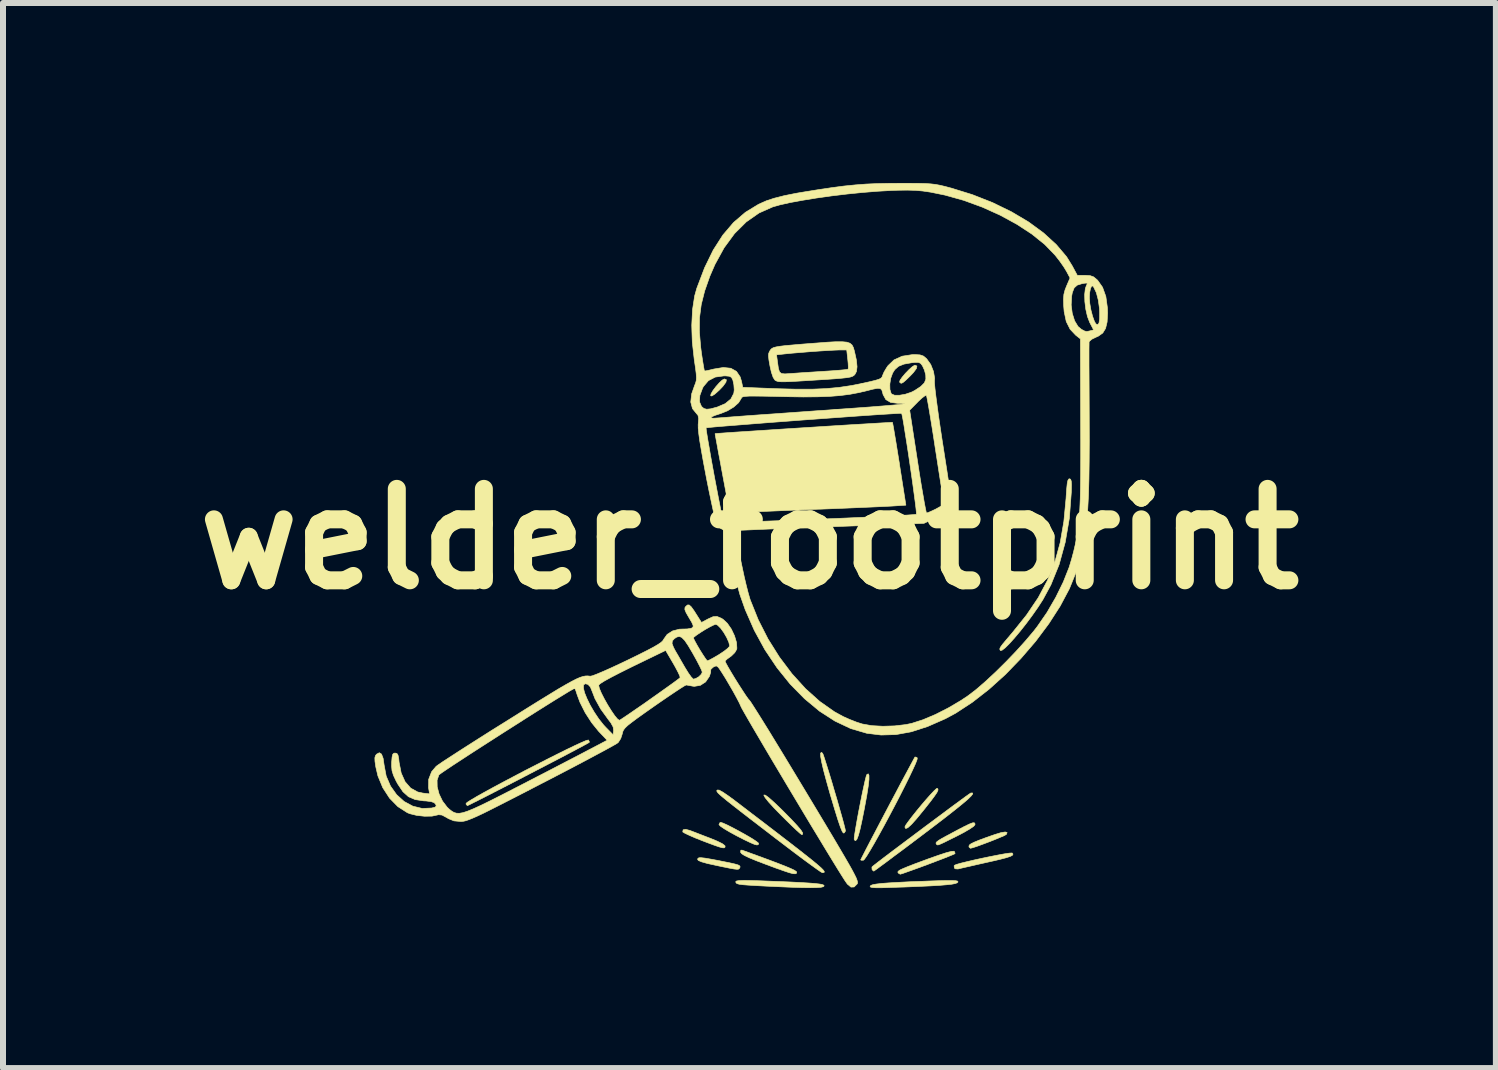
<source format=kicad_pcb>
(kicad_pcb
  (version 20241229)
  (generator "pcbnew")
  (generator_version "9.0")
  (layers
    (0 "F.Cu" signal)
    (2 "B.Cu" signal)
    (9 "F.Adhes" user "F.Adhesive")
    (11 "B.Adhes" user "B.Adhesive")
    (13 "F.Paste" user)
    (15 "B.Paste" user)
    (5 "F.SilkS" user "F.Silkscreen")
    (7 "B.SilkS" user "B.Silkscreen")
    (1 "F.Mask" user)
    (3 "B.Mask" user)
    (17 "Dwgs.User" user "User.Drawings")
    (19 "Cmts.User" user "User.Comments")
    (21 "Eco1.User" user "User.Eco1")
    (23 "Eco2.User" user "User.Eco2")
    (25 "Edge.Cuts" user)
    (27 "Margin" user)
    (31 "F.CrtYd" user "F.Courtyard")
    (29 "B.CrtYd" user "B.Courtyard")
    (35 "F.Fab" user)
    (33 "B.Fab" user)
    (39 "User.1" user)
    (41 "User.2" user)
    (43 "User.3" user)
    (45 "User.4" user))
  (footprint "welder_footprint"
    (layer "F.Cu")
    (at 9.442 5.933)
    (property "Reference" "welder_footprint" (at 0 0 0) (layer "F.SilkS") (effects (font (size 1.524 1.524) (thickness 0.3))))
    (attr through_hole)
    (fp_poly (pts (xy -0.384 -2.653) (xy -0.393 -2.612) (xy -0.443 -2.544) (xy -0.505 -2.479) (xy -0.578 -2.414) (xy -0.627 -2.383) (xy -0.647 -2.386) (xy -0.641 -2.418) (xy -0.608 -2.474) (xy -0.559 -2.539) (xy -0.504 -2.601) (xy -0.454 -2.648) (xy -0.417 -2.667) (xy -0.417 -2.667) (xy -0.384 -2.653)) (stroke (width 0.01) (type solid)) (fill yes) (layer "F.SilkS"))
    (fp_poly (pts (xy 2.791 -2.882) (xy 2.782 -2.84) (xy 2.732 -2.773) (xy 2.672 -2.71) (xy 2.6 -2.641) (xy 2.555 -2.604) (xy 2.527 -2.594) (xy 2.508 -2.607) (xy 2.502 -2.616) (xy 2.51 -2.646) (xy 2.546 -2.697) (xy 2.599 -2.76) (xy 2.658 -2.821) (xy 2.713 -2.87) (xy 2.753 -2.895) (xy 2.759 -2.896) (xy 2.791 -2.882)) (stroke (width 0.01) (type solid)) (fill yes) (layer "F.SilkS"))
    (fp_poly (pts (xy 0.266 4.271) (xy 0.324 4.314) (xy 0.414 4.394) (xy 0.537 4.512) (xy 0.575 4.55) (xy 0.704 4.681) (xy 0.798 4.782) (xy 0.858 4.853) (xy 0.887 4.9) (xy 0.886 4.923) (xy 0.87 4.928) (xy 0.846 4.91) (xy 0.793 4.863) (xy 0.717 4.791) (xy 0.624 4.7) (xy 0.536 4.613) (xy 0.411 4.485) (xy 0.319 4.384) (xy 0.262 4.313) (xy 0.24 4.273) (xy 0.241 4.267) (xy 0.266 4.271)) (stroke (width 0.01) (type solid)) (fill yes) (layer "F.SilkS"))
    (fp_poly (pts (xy 4.294 4.892) (xy 4.285 4.919) (xy 4.278 4.927) (xy 4.246 4.945) (xy 4.178 4.974) (xy 4.087 5.012) (xy 3.982 5.053) (xy 3.878 5.092) (xy 3.785 5.126) (xy 3.716 5.148) (xy 3.683 5.156) (xy 3.66 5.136) (xy 3.658 5.12) (xy 3.665 5.102) (xy 3.692 5.081) (xy 3.744 5.055) (xy 3.827 5.021) (xy 3.948 4.976) (xy 4.094 4.925) (xy 4.193 4.895) (xy 4.262 4.884) (xy 4.294 4.892)) (stroke (width 0.01) (type solid)) (fill yes) (layer "F.SilkS"))
    (fp_poly (pts (xy -0.441 4.736) (xy -0.372 4.767) (xy -0.281 4.813) (xy -0.18 4.867) (xy -0.077 4.924) (xy 0.018 4.979) (xy 0.094 5.027) (xy 0.141 5.061) (xy 0.152 5.074) (xy 0.147 5.094) (xy 0.126 5.101) (xy 0.084 5.091) (xy 0.016 5.062) (xy -0.087 5.013) (xy -0.21 4.95) (xy -0.324 4.888) (xy -0.417 4.833) (xy -0.481 4.79) (xy -0.508 4.762) (xy -0.508 4.76) (xy -0.492 4.728) (xy -0.479 4.724) (xy -0.441 4.736)) (stroke (width 0.01) (type solid)) (fill yes) (layer "F.SilkS"))
    (fp_poly (pts (xy 0.122 5.276) (xy 0.323 5.35) (xy 0.482 5.41) (xy 0.604 5.458) (xy 0.692 5.495) (xy 0.75 5.523) (xy 0.78 5.543) (xy 0.787 5.554) (xy 0.783 5.573) (xy 0.764 5.581) (xy 0.726 5.579) (xy 0.664 5.563) (xy 0.571 5.532) (xy 0.441 5.486) (xy 0.28 5.426) (xy 0.117 5.364) (xy -0.002 5.315) (xy -0.082 5.277) (xy -0.129 5.247) (xy -0.148 5.223) (xy -0.148 5.222) (xy -0.144 5.187) (xy -0.123 5.187) (xy 0.122 5.276)) (stroke (width 0.01) (type solid)) (fill yes) (layer "F.SilkS"))
    (fp_poly (pts (xy 3.142 4.169) (xy 3.141 4.191) (xy 3.124 4.227) (xy 3.086 4.283) (xy 3.025 4.365) (xy 2.936 4.478) (xy 2.892 4.533) (xy 2.782 4.667) (xy 2.698 4.76) (xy 2.639 4.813) (xy 2.604 4.827) (xy 2.591 4.804) (xy 2.591 4.799) (xy 2.606 4.768) (xy 2.648 4.709) (xy 2.709 4.629) (xy 2.783 4.536) (xy 2.863 4.439) (xy 2.943 4.345) (xy 3.016 4.263) (xy 3.076 4.199) (xy 3.116 4.162) (xy 3.129 4.156) (xy 3.142 4.169)) (stroke (width 0.01) (type solid)) (fill yes) (layer "F.SilkS"))
    (fp_poly (pts (xy -0.992 4.859) (xy -0.987 4.861) (xy -0.927 4.884) (xy -0.834 4.92) (xy -0.723 4.963) (xy -0.654 4.989) (xy -0.536 5.038) (xy -0.453 5.079) (xy -0.411 5.111) (xy -0.406 5.12) (xy -0.409 5.14) (xy -0.423 5.149) (xy -0.454 5.147) (xy -0.509 5.132) (xy -0.595 5.102) (xy -0.718 5.056) (xy -0.786 5.03) (xy -0.904 4.983) (xy -1.003 4.94) (xy -1.075 4.906) (xy -1.11 4.885) (xy -1.112 4.882) (xy -1.106 4.848) (xy -1.063 4.84) (xy -0.992 4.859)) (stroke (width 0.01) (type solid)) (fill yes) (layer "F.SilkS"))
    (fp_poly (pts (xy -0.741 5.32) (xy -0.643 5.337) (xy -0.503 5.363) (xy -0.476 5.369) (xy -0.34 5.396) (xy -0.247 5.417) (xy -0.189 5.434) (xy -0.162 5.45) (xy -0.156 5.467) (xy -0.164 5.485) (xy -0.173 5.497) (xy -0.186 5.505) (xy -0.211 5.506) (xy -0.257 5.501) (xy -0.33 5.488) (xy -0.439 5.466) (xy -0.552 5.442) (xy -0.699 5.41) (xy -0.798 5.382) (xy -0.852 5.359) (xy -0.864 5.343) (xy -0.86 5.325) (xy -0.842 5.314) (xy -0.805 5.313) (xy -0.741 5.32)) (stroke (width 0.01) (type solid)) (fill yes) (layer "F.SilkS"))
    (fp_poly (pts (xy 3.758 4.745) (xy 3.759 4.762) (xy 3.737 4.789) (xy 3.673 4.833) (xy 3.574 4.891) (xy 3.455 4.953) (xy 3.328 5.016) (xy 3.24 5.06) (xy 3.182 5.086) (xy 3.147 5.099) (xy 3.129 5.099) (xy 3.119 5.091) (xy 3.112 5.081) (xy 3.109 5.067) (xy 3.12 5.05) (xy 3.152 5.025) (xy 3.21 4.99) (xy 3.3 4.941) (xy 3.428 4.873) (xy 3.461 4.855) (xy 3.582 4.792) (xy 3.665 4.752) (xy 3.718 4.732) (xy 3.746 4.73) (xy 3.758 4.745)) (stroke (width 0.01) (type solid)) (fill yes) (layer "F.SilkS"))
    (fp_poly (pts (xy 1.992 3.941) (xy 1.992 4.008) (xy 1.98 4.117) (xy 1.956 4.271) (xy 1.919 4.472) (xy 1.914 4.5) (xy 1.875 4.694) (xy 1.843 4.84) (xy 1.815 4.943) (xy 1.791 5.005) (xy 1.77 5.029) (xy 1.75 5.018) (xy 1.746 5.011) (xy 1.746 4.98) (xy 1.756 4.908) (xy 1.773 4.805) (xy 1.795 4.679) (xy 1.821 4.539) (xy 1.849 4.396) (xy 1.877 4.256) (xy 1.904 4.131) (xy 1.927 4.028) (xy 1.945 3.957) (xy 1.957 3.926) (xy 1.98 3.915) (xy 1.992 3.941)) (stroke (width 0.01) (type solid)) (fill yes) (layer "F.SilkS"))
    (fp_poly (pts (xy 4.38 5.236) (xy 4.392 5.254) (xy 4.383 5.272) (xy 4.348 5.291) (xy 4.281 5.313) (xy 4.177 5.34) (xy 4.031 5.374) (xy 3.937 5.395) (xy 3.795 5.427) (xy 3.669 5.456) (xy 3.567 5.479) (xy 3.499 5.495) (xy 3.476 5.501) (xy 3.431 5.498) (xy 3.416 5.486) (xy 3.411 5.449) (xy 3.416 5.44) (xy 3.448 5.426) (xy 3.52 5.405) (xy 3.622 5.38) (xy 3.745 5.351) (xy 3.878 5.322) (xy 4.012 5.294) (xy 4.139 5.269) (xy 4.247 5.249) (xy 4.329 5.237) (xy 4.375 5.234) (xy 4.38 5.236)) (stroke (width 0.01) (type solid)) (fill yes) (layer "F.SilkS"))
    (fp_poly (pts (xy 1.218 3.571) (xy 1.231 3.6) (xy 1.254 3.67) (xy 1.287 3.774) (xy 1.327 3.902) (xy 1.371 4.047) (xy 1.416 4.201) (xy 1.462 4.356) (xy 1.504 4.504) (xy 1.542 4.637) (xy 1.572 4.747) (xy 1.592 4.826) (xy 1.6 4.867) (xy 1.6 4.868) (xy 1.58 4.899) (xy 1.566 4.902) (xy 1.547 4.878) (xy 1.516 4.804) (xy 1.474 4.681) (xy 1.421 4.51) (xy 1.356 4.291) (xy 1.348 4.266) (xy 1.284 4.038) (xy 1.235 3.856) (xy 1.203 3.719) (xy 1.186 3.624) (xy 1.185 3.571) (xy 1.198 3.557) (xy 1.218 3.571)) (stroke (width 0.01) (type solid)) (fill yes) (layer "F.SilkS"))
    (fp_poly (pts (xy 3.413 5.207) (xy 3.427 5.238) (xy 3.423 5.247) (xy 3.395 5.26) (xy 3.329 5.287) (xy 3.234 5.325) (xy 3.118 5.369) (xy 2.992 5.417) (xy 2.863 5.465) (xy 2.742 5.509) (xy 2.638 5.546) (xy 2.56 5.574) (xy 2.517 5.587) (xy 2.512 5.588) (xy 2.482 5.57) (xy 2.477 5.564) (xy 2.473 5.55) (xy 2.483 5.536) (xy 2.51 5.517) (xy 2.562 5.493) (xy 2.644 5.459) (xy 2.76 5.414) (xy 2.917 5.356) (xy 2.973 5.335) (xy 3.148 5.273) (xy 3.279 5.23) (xy 3.367 5.207) (xy 3.41 5.205) (xy 3.413 5.207)) (stroke (width 0.01) (type solid)) (fill yes) (layer "F.SilkS"))
    (fp_poly (pts (xy 0.023 5.693) (xy 0.185 5.698) (xy 0.21 5.699) (xy 0.47 5.709) (xy 0.685 5.718) (xy 0.857 5.727) (xy 0.991 5.735) (xy 1.092 5.743) (xy 1.163 5.751) (xy 1.21 5.759) (xy 1.235 5.769) (xy 1.244 5.78) (xy 1.245 5.782) (xy 1.232 5.796) (xy 1.192 5.806) (xy 1.12 5.811) (xy 1.014 5.813) (xy 0.87 5.811) (xy 0.684 5.805) (xy 0.454 5.795) (xy 0.279 5.787) (xy 0.107 5.778) (xy -0.022 5.77) (xy -0.113 5.763) (xy -0.172 5.755) (xy -0.207 5.745) (xy -0.224 5.732) (xy -0.228 5.716) (xy -0.229 5.712) (xy -0.215 5.701) (xy -0.173 5.694) (xy -0.095 5.691) (xy 0.023 5.693)) (stroke (width 0.01) (type solid)) (fill yes) (layer "F.SilkS"))
    (fp_poly (pts (xy 3.435 5.696) (xy 3.466 5.702) (xy 3.475 5.713) (xy 3.475 5.718) (xy 3.461 5.732) (xy 3.428 5.744) (xy 3.371 5.755) (xy 3.286 5.764) (xy 3.168 5.774) (xy 3.014 5.783) (xy 2.818 5.792) (xy 2.577 5.802) (xy 2.505 5.804) (xy 2.33 5.81) (xy 2.2 5.814) (xy 2.109 5.814) (xy 2.051 5.81) (xy 2.021 5.804) (xy 2.011 5.793) (xy 2.012 5.788) (xy 2.025 5.774) (xy 2.058 5.762) (xy 2.115 5.752) (xy 2.2 5.742) (xy 2.318 5.733) (xy 2.473 5.724) (xy 2.668 5.714) (xy 2.909 5.705) (xy 2.981 5.702) (xy 3.156 5.696) (xy 3.286 5.693) (xy 3.377 5.693) (xy 3.435 5.696)) (stroke (width 0.01) (type solid)) (fill yes) (layer "F.SilkS"))
    (fp_poly (pts (xy 2.783 3.639) (xy 2.797 3.65) (xy 2.793 3.679) (xy 2.767 3.746) (xy 2.722 3.845) (xy 2.662 3.971) (xy 2.59 4.116) (xy 2.509 4.276) (xy 2.422 4.444) (xy 2.332 4.614) (xy 2.243 4.78) (xy 2.157 4.936) (xy 2.079 5.075) (xy 2.01 5.193) (xy 1.955 5.283) (xy 1.916 5.339) (xy 1.899 5.355) (xy 1.861 5.355) (xy 1.854 5.348) (xy 1.866 5.324) (xy 1.898 5.261) (xy 1.947 5.165) (xy 2.011 5.042) (xy 2.087 4.898) (xy 2.17 4.739) (xy 2.258 4.572) (xy 2.348 4.401) (xy 2.437 4.234) (xy 2.52 4.076) (xy 2.597 3.933) (xy 2.662 3.812) (xy 2.713 3.717) (xy 2.746 3.656) (xy 2.759 3.634) (xy 2.783 3.639)) (stroke (width 0.01) (type solid)) (fill yes) (layer "F.SilkS"))
    (fp_poly (pts (xy 3.721 4.25) (xy 3.694 4.285) (xy 3.637 4.341) (xy 3.546 4.418) (xy 3.421 4.519) (xy 3.259 4.646) (xy 3.059 4.799) (xy 2.909 4.913) (xy 2.73 5.048) (xy 2.564 5.173) (xy 2.414 5.284) (xy 2.287 5.38) (xy 2.185 5.455) (xy 2.113 5.508) (xy 2.075 5.535) (xy 2.071 5.537) (xy 2.05 5.519) (xy 2.043 5.51) (xy 2.041 5.47) (xy 2.048 5.461) (xy 2.079 5.436) (xy 2.143 5.386) (xy 2.237 5.314) (xy 2.354 5.225) (xy 2.49 5.123) (xy 2.639 5.011) (xy 2.795 4.894) (xy 2.954 4.775) (xy 3.11 4.659) (xy 3.258 4.549) (xy 3.392 4.449) (xy 3.508 4.364) (xy 3.599 4.297) (xy 3.661 4.253) (xy 3.689 4.235) (xy 3.689 4.234) (xy 3.719 4.234) (xy 3.721 4.25)) (stroke (width 0.01) (type solid)) (fill yes) (layer "F.SilkS"))
    (fp_poly (pts (xy -2.684 3.351) (xy -2.668 3.383) (xy -2.672 3.392) (xy -2.698 3.407) (xy -2.764 3.443) (xy -2.863 3.496) (xy -2.991 3.564) (xy -3.141 3.643) (xy -3.308 3.73) (xy -3.487 3.823) (xy -3.672 3.919) (xy -3.858 4.016) (xy -4.038 4.109) (xy -4.208 4.196) (xy -4.361 4.275) (xy -4.493 4.342) (xy -4.597 4.394) (xy -4.668 4.43) (xy -4.701 4.445) (xy -4.702 4.445) (xy -4.722 4.425) (xy -4.724 4.409) (xy -4.703 4.389) (xy -4.641 4.35) (xy -4.545 4.293) (xy -4.42 4.223) (xy -4.272 4.142) (xy -4.106 4.053) (xy -3.928 3.959) (xy -3.744 3.862) (xy -3.558 3.767) (xy -3.376 3.674) (xy -3.205 3.588) (xy -3.048 3.51) (xy -2.913 3.445) (xy -2.804 3.395) (xy -2.727 3.362) (xy -2.687 3.351) (xy -2.684 3.351)) (stroke (width 0.01) (type solid)) (fill yes) (layer "F.SilkS"))
    (fp_poly (pts (xy -0.506 4.186) (xy -0.442 4.221) (xy -0.343 4.289) (xy -0.248 4.359) (xy 0.041 4.58) (xy 0.293 4.772) (xy 0.509 4.938) (xy 0.691 5.078) (xy 0.843 5.196) (xy 0.967 5.294) (xy 1.065 5.372) (xy 1.139 5.434) (xy 1.192 5.48) (xy 1.226 5.514) (xy 1.244 5.538) (xy 1.248 5.552) (xy 1.241 5.559) (xy 1.224 5.562) (xy 1.213 5.562) (xy 1.186 5.547) (xy 1.124 5.504) (xy 1.031 5.437) (xy 0.911 5.349) (xy 0.77 5.244) (xy 0.612 5.124) (xy 0.441 4.994) (xy 0.419 4.977) (xy 0.194 4.804) (xy 0.006 4.66) (xy -0.148 4.541) (xy -0.271 4.445) (xy -0.367 4.369) (xy -0.438 4.311) (xy -0.488 4.268) (xy -0.521 4.237) (xy -0.538 4.216) (xy -0.545 4.201) (xy -0.543 4.191) (xy -0.537 4.185) (xy -0.506 4.186)) (stroke (width 0.01) (type solid)) (fill yes) (layer "F.SilkS"))
    (fp_poly (pts (xy 5.352 -0.995) (xy 5.363 -0.965) (xy 5.367 -0.904) (xy 5.365 -0.804) (xy 5.364 -0.775) (xy 5.332 -0.347) (xy 5.263 0.055) (xy 5.161 0.427) (xy 5.024 0.765) (xy 4.891 1.011) (xy 4.807 1.141) (xy 4.713 1.275) (xy 4.614 1.408) (xy 4.515 1.534) (xy 4.42 1.647) (xy 4.335 1.742) (xy 4.264 1.813) (xy 4.211 1.854) (xy 4.183 1.86) (xy 4.181 1.858) (xy 4.173 1.842) (xy 4.174 1.824) (xy 4.189 1.796) (xy 4.222 1.751) (xy 4.279 1.683) (xy 4.362 1.585) (xy 4.382 1.562) (xy 4.618 1.268) (xy 4.813 0.979) (xy 4.968 0.688) (xy 5.09 0.384) (xy 5.179 0.061) (xy 5.24 -0.291) (xy 5.277 -0.68) (xy 5.278 -0.701) (xy 5.287 -0.833) (xy 5.296 -0.922) (xy 5.307 -0.975) (xy 5.322 -0.999) (xy 5.334 -1.003) (xy 5.352 -0.995)) (stroke (width 0.01) (type solid)) (fill yes) (layer "F.SilkS"))
    (fp_poly (pts (xy 2.383 -1.943) (xy 2.389 -1.916) (xy 2.402 -1.846) (xy 2.42 -1.739) (xy 2.443 -1.602) (xy 2.469 -1.44) (xy 2.498 -1.261) (xy 2.499 -1.249) (xy 2.607 -0.563) (xy 2.377 -0.548) (xy 2.299 -0.544) (xy 2.177 -0.538) (xy 2.02 -0.531) (xy 1.833 -0.523) (xy 1.624 -0.514) (xy 1.402 -0.505) (xy 1.172 -0.496) (xy 1.156 -0.496) (xy 0.924 -0.487) (xy 0.699 -0.478) (xy 0.487 -0.469) (xy 0.296 -0.461) (xy 0.133 -0.454) (xy 0.005 -0.448) (xy -0.079 -0.443) (xy -0.083 -0.443) (xy -0.188 -0.437) (xy -0.271 -0.434) (xy -0.321 -0.434) (xy -0.33 -0.436) (xy -0.335 -0.462) (xy -0.348 -0.532) (xy -0.367 -0.638) (xy -0.392 -0.774) (xy -0.422 -0.934) (xy -0.453 -1.099) (xy -0.485 -1.274) (xy -0.515 -1.431) (xy -0.539 -1.564) (xy -0.558 -1.667) (xy -0.57 -1.733) (xy -0.573 -1.755) (xy -0.548 -1.758) (xy -0.477 -1.763) (xy -0.367 -1.771) (xy -0.222 -1.781) (xy -0.048 -1.792) (xy 0.149 -1.805) (xy 0.365 -1.819) (xy 0.593 -1.834) (xy 0.828 -1.849) (xy 1.065 -1.864) (xy 1.298 -1.879) (xy 1.523 -1.893) (xy 1.732 -1.906) (xy 1.922 -1.917) (xy 2.086 -1.927) (xy 2.22 -1.935) (xy 2.317 -1.94) (xy 2.372 -1.943) (xy 2.383 -1.943)) (stroke (width 0.01) (type solid)) (fill yes) (layer "F.SilkS"))
    (fp_poly (pts (xy 1.623 -3.28) (xy 1.675 -3.262) (xy 1.71 -3.232) (xy 1.732 -3.19) (xy 1.748 -3.134) (xy 1.749 -3.131) (xy 1.782 -2.981) (xy 1.793 -2.87) (xy 1.783 -2.791) (xy 1.759 -2.745) (xy 1.741 -2.725) (xy 1.716 -2.71) (xy 1.679 -2.698) (xy 1.622 -2.688) (xy 1.538 -2.679) (xy 1.42 -2.669) (xy 1.262 -2.658) (xy 1.18 -2.653) (xy 0.973 -2.64) (xy 0.81 -2.63) (xy 0.686 -2.623) (xy 0.595 -2.62) (xy 0.53 -2.62) (xy 0.486 -2.623) (xy 0.457 -2.63) (xy 0.436 -2.64) (xy 0.424 -2.648) (xy 0.395 -2.692) (xy 0.365 -2.779) (xy 0.342 -2.881) (xy 0.324 -2.984) (xy 0.317 -3.051) (xy 0.319 -3.069) (xy 0.451 -3.069) (xy 0.468 -2.944) (xy 0.482 -2.844) (xy 0.5 -2.785) (xy 0.533 -2.757) (xy 0.591 -2.751) (xy 0.682 -2.757) (xy 0.769 -2.763) (xy 0.893 -2.772) (xy 1.038 -2.781) (xy 1.191 -2.791) (xy 1.241 -2.794) (xy 1.377 -2.803) (xy 1.494 -2.812) (xy 1.582 -2.82) (xy 1.634 -2.827) (xy 1.644 -2.829) (xy 1.648 -2.859) (xy 1.645 -2.924) (xy 1.638 -2.996) (xy 1.621 -3.15) (xy 1.497 -3.15) (xy 1.421 -3.147) (xy 1.306 -3.141) (xy 1.164 -3.132) (xy 1.01 -3.121) (xy 0.853 -3.108) (xy 0.708 -3.096) (xy 0.588 -3.084) (xy 0.451 -3.069) (xy 0.319 -3.069) (xy 0.321 -3.095) (xy 0.337 -3.13) (xy 0.342 -3.139) (xy 0.357 -3.16) (xy 0.375 -3.176) (xy 0.403 -3.19) (xy 0.446 -3.201) (xy 0.511 -3.212) (xy 0.602 -3.223) (xy 0.727 -3.234) (xy 0.89 -3.248) (xy 1.098 -3.264) (xy 1.102 -3.264) (xy 1.292 -3.279) (xy 1.438 -3.287) (xy 1.546 -3.287) (xy 1.623 -3.28)) (stroke (width 0.01) (type solid)) (fill yes) (layer "F.SilkS"))
    (fp_poly (pts (xy -0.97 1.132) (xy -0.92 1.202) (xy -0.895 1.242) (xy -0.8 1.392) (xy -0.689 1.333) (xy -0.607 1.296) (xy -0.541 1.292) (xy -0.471 1.321) (xy -0.441 1.339) (xy -0.369 1.406) (xy -0.302 1.503) (xy -0.249 1.615) (xy -0.216 1.726) (xy -0.21 1.821) (xy -0.213 1.839) (xy -0.245 1.895) (xy -0.302 1.951) (xy -0.318 1.962) (xy -0.373 2.002) (xy -0.404 2.032) (xy -0.406 2.037) (xy -0.393 2.069) (xy -0.358 2.133) (xy -0.307 2.22) (xy -0.246 2.321) (xy -0.181 2.425) (xy -0.117 2.524) (xy -0.062 2.608) (xy -0.02 2.667) (xy -0.000354 2.689) (xy 0.021 2.718) (xy 0.065 2.786) (xy 0.131 2.89) (xy 0.217 3.027) (xy 0.32 3.193) (xy 0.437 3.385) (xy 0.567 3.598) (xy 0.706 3.828) (xy 0.854 4.073) (xy 0.939 4.214) (xy 1.114 4.505) (xy 1.264 4.755) (xy 1.392 4.969) (xy 1.498 5.149) (xy 1.585 5.297) (xy 1.655 5.418) (xy 1.709 5.514) (xy 1.748 5.588) (xy 1.776 5.644) (xy 1.792 5.685) (xy 1.8 5.714) (xy 1.801 5.734) (xy 1.797 5.747) (xy 1.795 5.75) (xy 1.744 5.801) (xy 1.692 5.803) (xy 1.634 5.755) (xy 1.619 5.735) (xy 1.588 5.69) (xy 1.536 5.608) (xy 1.463 5.491) (xy 1.374 5.346) (xy 1.271 5.177) (xy 1.157 4.988) (xy 1.033 4.784) (xy 0.904 4.569) (xy 0.771 4.347) (xy 0.638 4.125) (xy 0.507 3.905) (xy 0.38 3.692) (xy 0.261 3.491) (xy 0.153 3.307) (xy 0.057 3.144) (xy -0.023 3.006) (xy -0.085 2.898) (xy -0.126 2.825) (xy -0.143 2.791) (xy -0.168 2.735) (xy -0.213 2.649) (xy -0.271 2.543) (xy -0.336 2.431) (xy -0.4 2.322) (xy -0.459 2.228) (xy -0.504 2.16) (xy -0.522 2.137) (xy -0.553 2.115) (xy -0.591 2.129) (xy -0.607 2.139) (xy -0.642 2.171) (xy -0.646 2.19) (xy -0.646 2.22) (xy -0.663 2.277) (xy -0.67 2.294) (xy -0.731 2.383) (xy -0.819 2.44) (xy -0.92 2.457) (xy -0.95 2.453) (xy -1.013 2.441) (xy -1.054 2.434) (xy -1.081 2.447) (xy -1.144 2.486) (xy -1.235 2.546) (xy -1.351 2.624) (xy -1.484 2.715) (xy -1.592 2.79) (xy -1.751 2.902) (xy -1.874 2.99) (xy -1.964 3.057) (xy -2.029 3.108) (xy -2.071 3.148) (xy -2.097 3.181) (xy -2.111 3.21) (xy -2.119 3.241) (xy -2.12 3.248) (xy -2.146 3.327) (xy -2.186 3.39) (xy -2.193 3.397) (xy -2.225 3.418) (xy -2.299 3.46) (xy -2.408 3.52) (xy -2.55 3.596) (xy -2.72 3.687) (xy -2.913 3.789) (xy -3.125 3.9) (xy -3.352 4.018) (xy -3.467 4.077) (xy -3.735 4.216) (xy -3.961 4.332) (xy -4.151 4.429) (xy -4.307 4.508) (xy -4.433 4.571) (xy -4.535 4.619) (xy -4.614 4.654) (xy -4.677 4.679) (xy -4.725 4.696) (xy -4.764 4.705) (xy -4.797 4.709) (xy -4.817 4.709) (xy -4.926 4.699) (xy -5.017 4.662) (xy -5.045 4.645) (xy -5.125 4.602) (xy -5.184 4.596) (xy -5.194 4.599) (xy -5.291 4.62) (xy -5.415 4.622) (xy -5.545 4.608) (xy -5.662 4.579) (xy -5.702 4.563) (xy -5.861 4.461) (xy -5.999 4.32) (xy -6.112 4.146) (xy -6.193 3.95) (xy -6.228 3.801) (xy -6.242 3.707) (xy -6.244 3.648) (xy -6.234 3.612) (xy -6.216 3.588) (xy -6.169 3.563) (xy -6.133 3.586) (xy -6.106 3.657) (xy -6.09 3.767) (xy -6.055 3.953) (xy -5.983 4.12) (xy -5.881 4.263) (xy -5.756 4.376) (xy -5.611 4.454) (xy -5.455 4.492) (xy -5.297 4.485) (xy -5.239 4.47) (xy -5.221 4.45) (xy -5.231 4.421) (xy -5.257 4.395) (xy -5.306 4.378) (xy -5.391 4.367) (xy -5.434 4.365) (xy -5.572 4.344) (xy -5.684 4.296) (xy -5.776 4.213) (xy -5.86 4.088) (xy -5.888 4.038) (xy -5.934 3.94) (xy -5.958 3.863) (xy -5.965 3.785) (xy -5.964 3.721) (xy -5.957 3.636) (xy -5.946 3.59) (xy -5.926 3.571) (xy -5.905 3.569) (xy -5.876 3.576) (xy -5.858 3.604) (xy -5.846 3.664) (xy -5.84 3.723) (xy -5.805 3.902) (xy -5.74 4.047) (xy -5.647 4.153) (xy -5.529 4.218) (xy -5.445 4.236) (xy -5.332 4.249) (xy -5.349 4.146) (xy -5.347 4.022) (xy -5.207 4.022) (xy -5.205 4.132) (xy -5.173 4.252) (xy -5.116 4.37) (xy -5.038 4.472) (xy -5.003 4.505) (xy -4.964 4.536) (xy -4.927 4.558) (xy -4.885 4.571) (xy -4.836 4.573) (xy -4.774 4.562) (xy -4.695 4.536) (xy -4.595 4.495) (xy -4.469 4.437) (xy -4.312 4.36) (xy -4.12 4.263) (xy -3.889 4.144) (xy -3.826 4.112) (xy -3.616 4.003) (xy -3.408 3.896) (xy -3.21 3.793) (xy -3.029 3.699) (xy -2.871 3.617) (xy -2.745 3.551) (xy -2.656 3.504) (xy -2.653 3.503) (xy -2.372 3.355) (xy -2.515 3.205) (xy -2.63 3.063) (xy -2.738 2.896) (xy -2.825 2.723) (xy -2.872 2.597) (xy -2.893 2.532) (xy -2.909 2.494) (xy -2.913 2.489) (xy -2.94 2.503) (xy -3.006 2.54) (xy -3.104 2.6) (xy -3.23 2.677) (xy -3.379 2.77) (xy -3.546 2.875) (xy -3.726 2.989) (xy -3.914 3.109) (xy -4.106 3.231) (xy -4.296 3.353) (xy -4.48 3.471) (xy -4.652 3.582) (xy -4.808 3.684) (xy -4.943 3.772) (xy -5.052 3.845) (xy -5.13 3.898) (xy -5.172 3.929) (xy -5.177 3.934) (xy -5.207 4.022) (xy -5.347 4.022) (xy -5.347 4.007) (xy -5.298 3.88) (xy -5.222 3.79) (xy -5.185 3.763) (xy -5.109 3.711) (xy -4.998 3.639) (xy -4.858 3.548) (xy -4.691 3.441) (xy -4.504 3.322) (xy -4.299 3.192) (xy -4.081 3.056) (xy -3.988 2.998) (xy -3.733 2.838) (xy -3.516 2.703) (xy -3.335 2.592) (xy -3.186 2.501) (xy -3.158 2.485) (xy -2.768 2.485) (xy -2.748 2.565) (xy -2.708 2.663) (xy -2.654 2.773) (xy -2.587 2.887) (xy -2.512 2.999) (xy -2.433 3.099) (xy -2.393 3.142) (xy -2.273 3.264) (xy -2.265 3.194) (xy -2.272 3.135) (xy -2.311 3.064) (xy -2.357 3.004) (xy -2.48 2.834) (xy -2.575 2.662) (xy -2.617 2.553) (xy -2.652 2.467) (xy -2.679 2.438) (xy -2.514 2.438) (xy -2.502 2.491) (xy -2.468 2.571) (xy -2.419 2.667) (xy -2.362 2.768) (xy -2.302 2.864) (xy -2.246 2.946) (xy -2.199 3.002) (xy -2.168 3.023) (xy -2.144 3.009) (xy -2.084 2.969) (xy -1.995 2.909) (xy -1.882 2.831) (xy -1.751 2.741) (xy -1.661 2.677) (xy -1.522 2.579) (xy -1.397 2.49) (xy -1.292 2.415) (xy -1.213 2.357) (xy -1.166 2.321) (xy -1.156 2.311) (xy -1.162 2.282) (xy -1.191 2.22) (xy -1.236 2.135) (xy -1.27 2.075) (xy -1.397 1.858) (xy -1.956 2.129) (xy -2.149 2.225) (xy -2.304 2.305) (xy -2.417 2.367) (xy -2.488 2.412) (xy -2.514 2.437) (xy -2.514 2.438) (xy -2.679 2.438) (xy -2.693 2.424) (xy -2.737 2.413) (xy -2.765 2.432) (xy -2.768 2.485) (xy -3.158 2.485) (xy -3.064 2.43) (xy -2.965 2.375) (xy -2.887 2.335) (xy -2.825 2.308) (xy -2.775 2.292) (xy -2.733 2.284) (xy -2.696 2.283) (xy -2.66 2.287) (xy -2.652 2.288) (xy -2.616 2.28) (xy -2.54 2.251) (xy -2.433 2.206) (xy -2.301 2.147) (xy -2.151 2.077) (xy -2.027 2.018) (xy -1.845 1.929) (xy -1.704 1.858) (xy -1.598 1.802) (xy -1.523 1.758) (xy -1.499 1.742) (xy -1.291 1.742) (xy -1.267 1.806) (xy -1.236 1.865) (xy -1.193 1.938) (xy -1.137 2.036) (xy -1.078 2.138) (xy -1.069 2.153) (xy -1.017 2.237) (xy -0.971 2.301) (xy -0.938 2.334) (xy -0.932 2.337) (xy -0.889 2.323) (xy -0.844 2.297) (xy -0.802 2.255) (xy -0.787 2.22) (xy -0.799 2.185) (xy -0.832 2.116) (xy -0.881 2.022) (xy -0.941 1.914) (xy -0.946 1.905) (xy -1.021 1.778) (xy -1.079 1.692) (xy -1.119 1.651) (xy -0.935 1.651) (xy -0.911 1.701) (xy -0.872 1.772) (xy -0.825 1.852) (xy -0.776 1.93) (xy -0.734 1.993) (xy -0.707 2.028) (xy -0.701 2.031) (xy -0.67 2.019) (xy -0.608 1.986) (xy -0.527 1.939) (xy -0.504 1.925) (xy -0.423 1.871) (xy -0.362 1.823) (xy -0.332 1.79) (xy -0.33 1.785) (xy -0.344 1.723) (xy -0.379 1.644) (xy -0.427 1.561) (xy -0.48 1.488) (xy -0.53 1.438) (xy -0.562 1.422) (xy -0.598 1.435) (xy -0.661 1.466) (xy -0.737 1.509) (xy -0.814 1.557) (xy -0.881 1.602) (xy -0.925 1.636) (xy -0.935 1.651) (xy -1.119 1.651) (xy -1.126 1.643) (xy -1.168 1.625) (xy -1.211 1.635) (xy -1.251 1.661) (xy -1.285 1.698) (xy -1.291 1.742) (xy -1.499 1.742) (xy -1.473 1.724) (xy -1.444 1.696) (xy -1.429 1.671) (xy -1.372 1.591) (xy -1.281 1.533) (xy -1.168 1.504) (xy -1.117 1.502) (xy -1.037 1.5) (xy -0.974 1.49) (xy -0.96 1.484) (xy -0.94 1.467) (xy -0.94 1.439) (xy -0.962 1.39) (xy -1.007 1.314) (xy -1.055 1.231) (xy -1.077 1.178) (xy -1.075 1.144) (xy -1.066 1.13) (xy -1.035 1.101) (xy -1.006 1.1) (xy -0.97 1.132)) (stroke (width 0.01) (type solid)) (fill yes) (layer "F.SilkS"))
    (fp_poly (pts (xy 2.82 -5.927) (xy 2.933 -5.924) (xy 3.024 -5.918) (xy 3.102 -5.909) (xy 3.176 -5.895) (xy 3.257 -5.876) (xy 3.354 -5.85) (xy 3.356 -5.85) (xy 3.714 -5.739) (xy 4.052 -5.606) (xy 4.366 -5.453) (xy 4.651 -5.284) (xy 4.902 -5.1) (xy 5.115 -4.905) (xy 5.286 -4.703) (xy 5.381 -4.549) (xy 5.464 -4.394) (xy 5.592 -4.394) (xy 5.677 -4.389) (xy 5.736 -4.368) (xy 5.794 -4.32) (xy 5.804 -4.31) (xy 5.885 -4.195) (xy 5.94 -4.041) (xy 5.966 -3.852) (xy 5.969 -3.765) (xy 5.961 -3.616) (xy 5.935 -3.508) (xy 5.888 -3.432) (xy 5.813 -3.379) (xy 5.776 -3.363) (xy 5.706 -3.329) (xy 5.665 -3.293) (xy 5.66 -3.28) (xy 5.66 -3.247) (xy 5.659 -3.168) (xy 5.659 -3.049) (xy 5.659 -2.894) (xy 5.66 -2.709) (xy 5.661 -2.498) (xy 5.662 -2.268) (xy 5.663 -2.022) (xy 5.663 -2.007) (xy 5.664 -1.626) (xy 5.662 -1.292) (xy 5.658 -0.999) (xy 5.651 -0.741) (xy 5.639 -0.515) (xy 5.624 -0.314) (xy 5.604 -0.135) (xy 5.58 0.028) (xy 5.549 0.18) (xy 5.513 0.326) (xy 5.471 0.47) (xy 5.446 0.549) (xy 5.333 0.828) (xy 5.179 1.118) (xy 4.989 1.413) (xy 4.77 1.706) (xy 4.526 1.99) (xy 4.266 2.259) (xy 3.993 2.505) (xy 3.715 2.722) (xy 3.437 2.904) (xy 3.264 2.997) (xy 2.97 3.126) (xy 2.698 3.214) (xy 2.441 3.261) (xy 2.193 3.268) (xy 1.956 3.239) (xy 1.689 3.161) (xy 1.425 3.036) (xy 1.166 2.869) (xy 0.917 2.662) (xy 0.679 2.42) (xy 0.459 2.147) (xy 0.257 1.846) (xy 0.08 1.522) (xy -0.071 1.178) (xy -0.16 0.925) (xy -0.186 0.829) (xy -0.217 0.697) (xy -0.249 0.543) (xy -0.279 0.381) (xy -0.293 0.3) (xy -0.319 0.145) (xy -0.339 0.032) (xy -0.356 -0.045) (xy -0.371 -0.094) (xy -0.388 -0.123) (xy -0.408 -0.139) (xy -0.434 -0.149) (xy -0.5 -0.188) (xy -0.541 -0.233) (xy -0.555 -0.272) (xy -0.577 -0.355) (xy -0.605 -0.474) (xy -0.637 -0.623) (xy -0.673 -0.794) (xy -0.711 -0.983) (xy -0.724 -1.051) (xy -0.769 -1.289) (xy -0.803 -1.481) (xy -0.829 -1.634) (xy -0.845 -1.752) (xy -0.854 -1.841) (xy -0.854 -1.851) (xy -0.723 -1.851) (xy -0.721 -1.825) (xy -0.711 -1.756) (xy -0.694 -1.651) (xy -0.671 -1.52) (xy -0.645 -1.368) (xy -0.615 -1.203) (xy -0.584 -1.033) (xy -0.552 -0.866) (xy -0.522 -0.708) (xy -0.494 -0.566) (xy -0.471 -0.45) (xy -0.452 -0.365) (xy -0.442 -0.324) (xy -0.438 -0.313) (xy -0.431 -0.304) (xy -0.418 -0.296) (xy -0.395 -0.29) (xy -0.359 -0.286) (xy -0.305 -0.284) (xy -0.231 -0.283) (xy -0.133 -0.284) (xy -0.007 -0.287) (xy 0.15 -0.292) (xy 0.341 -0.299) (xy 0.571 -0.307) (xy 0.842 -0.318) (xy 1.159 -0.33) (xy 1.363 -0.338) (xy 1.625 -0.349) (xy 1.872 -0.36) (xy 2.099 -0.37) (xy 2.301 -0.38) (xy 2.474 -0.389) (xy 2.613 -0.397) (xy 2.713 -0.404) (xy 2.771 -0.409) (xy 2.782 -0.412) (xy 2.782 -0.439) (xy 2.775 -0.51) (xy 2.762 -0.616) (xy 2.744 -0.751) (xy 2.723 -0.907) (xy 2.699 -1.077) (xy 2.673 -1.255) (xy 2.647 -1.433) (xy 2.621 -1.603) (xy 2.596 -1.759) (xy 2.575 -1.893) (xy 2.557 -1.998) (xy 2.543 -2.067) (xy 2.536 -2.094) (xy 2.509 -2.094) (xy 2.437 -2.09) (xy 2.324 -2.083) (xy 2.176 -2.074) (xy 1.999 -2.062) (xy 1.796 -2.048) (xy 1.575 -2.032) (xy 1.339 -2.015) (xy 1.094 -1.997) (xy 0.844 -1.979) (xy 0.597 -1.96) (xy 0.356 -1.942) (xy 0.126 -1.924) (xy -0.087 -1.907) (xy -0.277 -1.892) (xy -0.441 -1.879) (xy -0.571 -1.868) (xy -0.665 -1.859) (xy -0.715 -1.853) (xy -0.723 -1.851) (xy -0.854 -1.851) (xy -0.855 -1.904) (xy -0.853 -1.93) (xy -0.847 -2.013) (xy -0.848 -2.017) (xy -0.641 -2.017) (xy -0.598 -2.012) (xy -0.508 -2.018) (xy -0.452 -2.022) (xy -0.351 -2.03) (xy -0.209 -2.041) (xy -0.033 -2.054) (xy 0.174 -2.069) (xy 0.406 -2.085) (xy 0.657 -2.103) (xy 0.923 -2.122) (xy 1.117 -2.136) (xy 1.268 -2.146) (xy 2.67 -2.146) (xy 2.802 -1.289) (xy 2.833 -1.087) (xy 2.863 -0.902) (xy 2.891 -0.74) (xy 2.914 -0.606) (xy 2.933 -0.507) (xy 2.946 -0.447) (xy 2.952 -0.432) (xy 2.983 -0.442) (xy 3.045 -0.469) (xy 3.111 -0.501) (xy 3.197 -0.549) (xy 3.237 -0.588) (xy 3.24 -0.609) (xy 3.234 -0.642) (xy 3.221 -0.72) (xy 3.202 -0.836) (xy 3.179 -0.984) (xy 3.152 -1.157) (xy 3.122 -1.351) (xy 3.097 -1.511) (xy 3.066 -1.715) (xy 3.036 -1.903) (xy 3.009 -2.068) (xy 2.986 -2.206) (xy 2.967 -2.31) (xy 2.954 -2.375) (xy 2.948 -2.394) (xy 2.924 -2.386) (xy 2.875 -2.349) (xy 2.811 -2.29) (xy 2.801 -2.279) (xy 2.67 -2.146) (xy 1.268 -2.146) (xy 1.46 -2.16) (xy 1.754 -2.181) (xy 2.001 -2.199) (xy 2.202 -2.215) (xy 2.359 -2.228) (xy 2.474 -2.238) (xy 2.548 -2.247) (xy 2.583 -2.253) (xy 2.581 -2.257) (xy 2.544 -2.26) (xy 2.472 -2.261) (xy 2.468 -2.261) (xy 2.352 -2.276) (xy 2.273 -2.323) (xy 2.227 -2.407) (xy 2.219 -2.439) (xy 2.205 -2.484) (xy 2.18 -2.507) (xy 2.134 -2.511) (xy 2.056 -2.496) (xy 1.981 -2.477) (xy 1.827 -2.44) (xy 1.674 -2.411) (xy 1.512 -2.39) (xy 1.335 -2.376) (xy 1.132 -2.369) (xy 0.897 -2.367) (xy 0.62 -2.371) (xy 0.58 -2.372) (xy 0.373 -2.377) (xy 0.21 -2.38) (xy 0.088 -2.381) (xy -0.001 -2.381) (xy -0.062 -2.377) (xy -0.101 -2.372) (xy -0.123 -2.363) (xy -0.134 -2.351) (xy -0.139 -2.339) (xy -0.182 -2.27) (xy -0.262 -2.199) (xy -0.366 -2.136) (xy -0.475 -2.092) (xy -0.579 -2.058) (xy -0.635 -2.033) (xy -0.641 -2.017) (xy -0.848 -2.017) (xy -0.859 -2.062) (xy -0.878 -2.084) (xy -0.95 -2.172) (xy -0.979 -2.283) (xy -0.978 -2.288) (xy -0.834 -2.288) (xy -0.8 -2.209) (xy -0.796 -2.205) (xy -0.759 -2.174) (xy -0.713 -2.162) (xy -0.646 -2.169) (xy -0.546 -2.196) (xy -0.54 -2.197) (xy -0.404 -2.255) (xy -0.31 -2.333) (xy -0.261 -2.428) (xy -0.254 -2.485) (xy -0.26 -2.57) (xy -0.276 -2.644) (xy -0.279 -2.653) (xy -0.3 -2.693) (xy -0.336 -2.712) (xy -0.401 -2.718) (xy -0.425 -2.718) (xy -0.57 -2.698) (xy -0.684 -2.639) (xy -0.768 -2.54) (xy -0.781 -2.516) (xy -0.827 -2.392) (xy -0.834 -2.288) (xy -0.978 -2.288) (xy -0.964 -2.417) (xy -0.916 -2.554) (xy -0.898 -2.599) (xy -0.887 -2.64) (xy -0.884 -2.689) (xy -0.888 -2.756) (xy -0.9 -2.852) (xy -0.92 -2.986) (xy -0.953 -3.282) (xy -0.959 -3.453) (xy -0.835 -3.453) (xy -0.813 -3.196) (xy -0.798 -3.081) (xy -0.781 -2.969) (xy -0.766 -2.878) (xy -0.755 -2.818) (xy -0.75 -2.8) (xy -0.725 -2.802) (xy -0.664 -2.815) (xy -0.594 -2.832) (xy -0.436 -2.858) (xy -0.311 -2.845) (xy -0.217 -2.793) (xy -0.155 -2.701) (xy -0.133 -2.628) (xy -0.112 -2.527) (xy 0.471 -2.504) (xy 0.776 -2.496) (xy 1.042 -2.496) (xy 1.278 -2.506) (xy 1.494 -2.526) (xy 1.701 -2.557) (xy 1.817 -2.58) (xy 2.339 -2.58) (xy 2.341 -2.491) (xy 2.361 -2.426) (xy 2.369 -2.416) (xy 2.419 -2.395) (xy 2.5 -2.395) (xy 2.598 -2.412) (xy 2.696 -2.445) (xy 2.752 -2.473) (xy 2.854 -2.54) (xy 2.915 -2.601) (xy 2.94 -2.664) (xy 2.938 -2.733) (xy 2.916 -2.815) (xy 2.883 -2.887) (xy 2.881 -2.889) (xy 2.853 -2.926) (xy 2.818 -2.942) (xy 2.762 -2.943) (xy 2.703 -2.937) (xy 2.575 -2.914) (xy 2.485 -2.878) (xy 2.422 -2.822) (xy 2.386 -2.765) (xy 2.354 -2.677) (xy 2.339 -2.58) (xy 1.817 -2.58) (xy 1.867 -2.59) (xy 2.002 -2.62) (xy 2.096 -2.643) (xy 2.156 -2.661) (xy 2.191 -2.678) (xy 2.209 -2.698) (xy 2.218 -2.723) (xy 2.22 -2.728) (xy 2.243 -2.782) (xy 2.285 -2.853) (xy 2.309 -2.888) (xy 2.409 -2.984) (xy 2.545 -3.046) (xy 2.713 -3.072) (xy 2.756 -3.073) (xy 2.842 -3.068) (xy 2.9 -3.048) (xy 2.951 -3.005) (xy 2.953 -3.003) (xy 3.021 -2.908) (xy 3.067 -2.792) (xy 3.086 -2.679) (xy 3.083 -2.636) (xy 3.084 -2.593) (xy 3.092 -2.506) (xy 3.107 -2.38) (xy 3.128 -2.222) (xy 3.153 -2.038) (xy 3.183 -1.834) (xy 3.216 -1.615) (xy 3.224 -1.566) (xy 3.258 -1.347) (xy 3.29 -1.142) (xy 3.318 -0.957) (xy 3.341 -0.798) (xy 3.36 -0.671) (xy 3.372 -0.581) (xy 3.378 -0.534) (xy 3.378 -0.53) (xy 3.366 -0.5) (xy 3.325 -0.465) (xy 3.248 -0.421) (xy 3.143 -0.37) (xy 2.908 -0.26) (xy 1.346 -0.203) (xy 1.07 -0.193) (xy 0.808 -0.183) (xy 0.567 -0.174) (xy 0.349 -0.166) (xy 0.16 -0.158) (xy 0.004 -0.151) (xy -0.115 -0.146) (xy -0.192 -0.142) (xy -0.223 -0.14) (xy -0.224 -0.14) (xy -0.226 -0.109) (xy -0.218 -0.038) (xy -0.201 0.066) (xy -0.178 0.194) (xy -0.15 0.337) (xy -0.118 0.488) (xy -0.086 0.637) (xy -0.053 0.776) (xy -0.022 0.897) (xy 0.005 0.991) (xy 0.013 1.016) (xy 0.146 1.347) (xy 0.309 1.667) (xy 0.498 1.968) (xy 0.708 2.247) (xy 0.934 2.496) (xy 1.172 2.709) (xy 1.417 2.881) (xy 1.561 2.96) (xy 1.671 3.009) (xy 1.786 3.054) (xy 1.88 3.084) (xy 2.037 3.112) (xy 2.223 3.122) (xy 2.42 3.116) (xy 2.607 3.094) (xy 2.707 3.073) (xy 2.893 3.013) (xy 3.101 2.925) (xy 3.317 2.815) (xy 3.527 2.691) (xy 3.645 2.612) (xy 3.778 2.51) (xy 3.933 2.376) (xy 4.102 2.219) (xy 4.275 2.048) (xy 4.445 1.871) (xy 4.602 1.697) (xy 4.739 1.535) (xy 4.797 1.46) (xy 4.958 1.227) (xy 5.105 0.974) (xy 5.231 0.717) (xy 5.329 0.47) (xy 5.371 0.33) (xy 5.403 0.21) (xy 5.429 0.099) (xy 5.452 -0.009) (xy 5.47 -0.118) (xy 5.485 -0.233) (xy 5.497 -0.36) (xy 5.506 -0.503) (xy 5.513 -0.668) (xy 5.517 -0.859) (xy 5.52 -1.082) (xy 5.521 -1.341) (xy 5.521 -1.642) (xy 5.52 -1.915) (xy 5.516 -3.335) (xy 5.437 -3.397) (xy 5.344 -3.496) (xy 5.28 -3.624) (xy 5.245 -3.789) (xy 5.238 -3.875) (xy 5.237 -3.9) (xy 5.362 -3.9) (xy 5.38 -3.76) (xy 5.419 -3.636) (xy 5.477 -3.54) (xy 5.534 -3.493) (xy 5.587 -3.465) (xy 5.622 -3.457) (xy 5.665 -3.466) (xy 5.681 -3.47) (xy 5.736 -3.484) (xy 5.67 -3.611) (xy 5.633 -3.708) (xy 5.606 -3.827) (xy 5.59 -3.955) (xy 5.588 -4.024) (xy 5.665 -4.024) (xy 5.672 -3.927) (xy 5.691 -3.817) (xy 5.719 -3.71) (xy 5.75 -3.625) (xy 5.773 -3.586) (xy 5.803 -3.569) (xy 5.825 -3.597) (xy 5.836 -3.667) (xy 5.837 -3.773) (xy 5.834 -3.839) (xy 5.814 -3.981) (xy 5.782 -4.104) (xy 5.739 -4.194) (xy 5.723 -4.216) (xy 5.703 -4.214) (xy 5.684 -4.174) (xy 5.67 -4.105) (xy 5.665 -4.024) (xy 5.588 -4.024) (xy 5.587 -4.076) (xy 5.598 -4.173) (xy 5.613 -4.216) (xy 5.63 -4.253) (xy 5.621 -4.266) (xy 5.575 -4.261) (xy 5.546 -4.256) (xy 5.464 -4.231) (xy 5.412 -4.185) (xy 5.381 -4.106) (xy 5.37 -4.046) (xy 5.362 -3.9) (xy 5.237 -3.9) (xy 5.234 -3.99) (xy 5.24 -4.075) (xy 5.259 -4.149) (xy 5.285 -4.215) (xy 5.343 -4.35) (xy 5.285 -4.459) (xy 5.24 -4.533) (xy 5.175 -4.626) (xy 5.102 -4.72) (xy 5.092 -4.732) (xy 4.921 -4.909) (xy 4.706 -5.082) (xy 4.456 -5.245) (xy 4.179 -5.396) (xy 3.882 -5.53) (xy 3.573 -5.643) (xy 3.259 -5.731) (xy 3.019 -5.78) (xy 2.89 -5.799) (xy 2.767 -5.81) (xy 2.633 -5.814) (xy 2.472 -5.812) (xy 2.363 -5.808) (xy 2.133 -5.795) (xy 1.886 -5.775) (xy 1.628 -5.749) (xy 1.37 -5.718) (xy 1.12 -5.683) (xy 0.887 -5.645) (xy 0.679 -5.607) (xy 0.506 -5.568) (xy 0.389 -5.535) (xy 0.159 -5.433) (xy -0.054 -5.284) (xy -0.249 -5.09) (xy -0.423 -4.853) (xy -0.576 -4.574) (xy -0.661 -4.378) (xy -0.747 -4.133) (xy -0.804 -3.907) (xy -0.833 -3.685) (xy -0.835 -3.453) (xy -0.959 -3.453) (xy -0.962 -3.563) (xy -0.949 -3.823) (xy -0.914 -4.05) (xy -0.878 -4.178) (xy -0.748 -4.52) (xy -0.604 -4.815) (xy -0.444 -5.065) (xy -0.266 -5.274) (xy -0.068 -5.444) (xy 0.151 -5.578) (xy 0.281 -5.636) (xy 0.409 -5.678) (xy 0.577 -5.721) (xy 0.776 -5.761) (xy 0.864 -5.776) (xy 1.136 -5.82) (xy 1.37 -5.855) (xy 1.575 -5.882) (xy 1.763 -5.901) (xy 1.944 -5.915) (xy 2.128 -5.923) (xy 2.328 -5.927) (xy 2.489 -5.928) (xy 2.675 -5.928) (xy 2.82 -5.927)) (stroke (width 0.01) (type solid)) (fill yes) (layer "F.SilkS")))
  (gr_rect
    (start -3 -3)
    (end 21.883 14.752)
    (stroke (width 0.1) (type default))
    (fill no)
    (layer "Edge.Cuts")))
</source>
